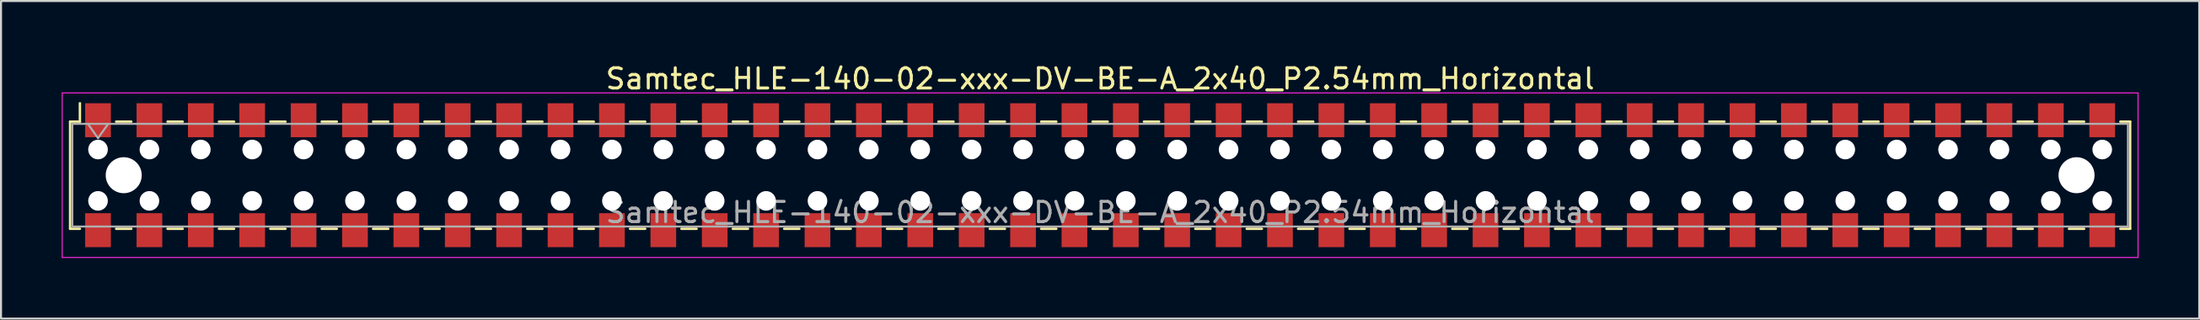
<source format=kicad_pcb>
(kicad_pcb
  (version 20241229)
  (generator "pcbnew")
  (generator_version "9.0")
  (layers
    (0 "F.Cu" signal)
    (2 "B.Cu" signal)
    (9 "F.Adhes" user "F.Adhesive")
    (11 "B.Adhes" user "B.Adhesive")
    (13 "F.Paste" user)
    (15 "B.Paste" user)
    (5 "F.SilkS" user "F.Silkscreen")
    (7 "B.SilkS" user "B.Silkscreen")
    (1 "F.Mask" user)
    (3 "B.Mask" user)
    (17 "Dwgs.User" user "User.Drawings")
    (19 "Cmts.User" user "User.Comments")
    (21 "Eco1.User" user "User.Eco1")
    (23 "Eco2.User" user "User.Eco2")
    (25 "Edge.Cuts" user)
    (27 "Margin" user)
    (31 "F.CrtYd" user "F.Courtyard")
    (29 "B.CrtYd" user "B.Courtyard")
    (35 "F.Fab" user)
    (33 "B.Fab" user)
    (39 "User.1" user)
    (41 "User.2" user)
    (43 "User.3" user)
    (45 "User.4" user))
  (footprint "Samtec_HLE-140-02-xxx-DV-BE-A_2x40_P2.54mm_Horizontal"
    (layer "F.Cu")
    (at 51.325 5.618)
    (property "Reference" "Samtec_HLE-140-02-xxx-DV-BE-A_2x40_P2.54mm_Horizontal" (at 0 -4.77 0) (layer "F.SilkS") (effects (font (size 1 1) (thickness 0.15))))
    (attr smd)
    (fp_line (start -50.91 -2.65) (end -50.91 2.65) (stroke (width 0.12) (type solid)) (layer "F.SilkS"))
    (fp_line (start -50.91 2.65) (end -50.425 2.65) (stroke (width 0.12) (type solid)) (layer "F.SilkS"))
    (fp_line (start -50.425 -3.56) (end -50.425 -2.65) (stroke (width 0.12) (type solid)) (layer "F.SilkS"))
    (fp_line (start -50.425 -2.65) (end -50.91 -2.65) (stroke (width 0.12) (type solid)) (layer "F.SilkS"))
    (fp_line (start -48.635 -2.65) (end -47.885 -2.65) (stroke (width 0.12) (type solid)) (layer "F.SilkS"))
    (fp_line (start -48.635 2.65) (end -47.885 2.65) (stroke (width 0.12) (type solid)) (layer "F.SilkS"))
    (fp_line (start -46.095 -2.65) (end -45.345 -2.65) (stroke (width 0.12) (type solid)) (layer "F.SilkS"))
    (fp_line (start -46.095 2.65) (end -45.345 2.65) (stroke (width 0.12) (type solid)) (layer "F.SilkS"))
    (fp_line (start -43.555 -2.65) (end -42.805 -2.65) (stroke (width 0.12) (type solid)) (layer "F.SilkS"))
    (fp_line (start -43.555 2.65) (end -42.805 2.65) (stroke (width 0.12) (type solid)) (layer "F.SilkS"))
    (fp_line (start -41.015 -2.65) (end -40.265 -2.65) (stroke (width 0.12) (type solid)) (layer "F.SilkS"))
    (fp_line (start -41.015 2.65) (end -40.265 2.65) (stroke (width 0.12) (type solid)) (layer "F.SilkS"))
    (fp_line (start -38.475 -2.65) (end -37.725 -2.65) (stroke (width 0.12) (type solid)) (layer "F.SilkS"))
    (fp_line (start -38.475 2.65) (end -37.725 2.65) (stroke (width 0.12) (type solid)) (layer "F.SilkS"))
    (fp_line (start -35.935 -2.65) (end -35.185 -2.65) (stroke (width 0.12) (type solid)) (layer "F.SilkS"))
    (fp_line (start -35.935 2.65) (end -35.185 2.65) (stroke (width 0.12) (type solid)) (layer "F.SilkS"))
    (fp_line (start -33.395 -2.65) (end -32.645 -2.65) (stroke (width 0.12) (type solid)) (layer "F.SilkS"))
    (fp_line (start -33.395 2.65) (end -32.645 2.65) (stroke (width 0.12) (type solid)) (layer "F.SilkS"))
    (fp_line (start -30.855 -2.65) (end -30.105 -2.65) (stroke (width 0.12) (type solid)) (layer "F.SilkS"))
    (fp_line (start -30.855 2.65) (end -30.105 2.65) (stroke (width 0.12) (type solid)) (layer "F.SilkS"))
    (fp_line (start -28.315 -2.65) (end -27.565 -2.65) (stroke (width 0.12) (type solid)) (layer "F.SilkS"))
    (fp_line (start -28.315 2.65) (end -27.565 2.65) (stroke (width 0.12) (type solid)) (layer "F.SilkS"))
    (fp_line (start -25.775 -2.65) (end -25.025 -2.65) (stroke (width 0.12) (type solid)) (layer "F.SilkS"))
    (fp_line (start -25.775 2.65) (end -25.025 2.65) (stroke (width 0.12) (type solid)) (layer "F.SilkS"))
    (fp_line (start -23.235 -2.65) (end -22.485 -2.65) (stroke (width 0.12) (type solid)) (layer "F.SilkS"))
    (fp_line (start -23.235 2.65) (end -22.485 2.65) (stroke (width 0.12) (type solid)) (layer "F.SilkS"))
    (fp_line (start -20.695 -2.65) (end -19.945 -2.65) (stroke (width 0.12) (type solid)) (layer "F.SilkS"))
    (fp_line (start -20.695 2.65) (end -19.945 2.65) (stroke (width 0.12) (type solid)) (layer "F.SilkS"))
    (fp_line (start -18.155 -2.65) (end -17.405 -2.65) (stroke (width 0.12) (type solid)) (layer "F.SilkS"))
    (fp_line (start -18.155 2.65) (end -17.405 2.65) (stroke (width 0.12) (type solid)) (layer "F.SilkS"))
    (fp_line (start -15.615 -2.65) (end -14.865 -2.65) (stroke (width 0.12) (type solid)) (layer "F.SilkS"))
    (fp_line (start -15.615 2.65) (end -14.865 2.65) (stroke (width 0.12) (type solid)) (layer "F.SilkS"))
    (fp_line (start -13.075 -2.65) (end -12.325 -2.65) (stroke (width 0.12) (type solid)) (layer "F.SilkS"))
    (fp_line (start -13.075 2.65) (end -12.325 2.65) (stroke (width 0.12) (type solid)) (layer "F.SilkS"))
    (fp_line (start -10.535 -2.65) (end -9.785 -2.65) (stroke (width 0.12) (type solid)) (layer "F.SilkS"))
    (fp_line (start -10.535 2.65) (end -9.785 2.65) (stroke (width 0.12) (type solid)) (layer "F.SilkS"))
    (fp_line (start -7.995 -2.65) (end -7.245 -2.65) (stroke (width 0.12) (type solid)) (layer "F.SilkS"))
    (fp_line (start -7.995 2.65) (end -7.245 2.65) (stroke (width 0.12) (type solid)) (layer "F.SilkS"))
    (fp_line (start -5.455 -2.65) (end -4.705 -2.65) (stroke (width 0.12) (type solid)) (layer "F.SilkS"))
    (fp_line (start -5.455 2.65) (end -4.705 2.65) (stroke (width 0.12) (type solid)) (layer "F.SilkS"))
    (fp_line (start -2.915 -2.65) (end -2.165 -2.65) (stroke (width 0.12) (type solid)) (layer "F.SilkS"))
    (fp_line (start -2.915 2.65) (end -2.165 2.65) (stroke (width 0.12) (type solid)) (layer "F.SilkS"))
    (fp_line (start -0.375 -2.65) (end 0.375 -2.65) (stroke (width 0.12) (type solid)) (layer "F.SilkS"))
    (fp_line (start -0.375 2.65) (end 0.375 2.65) (stroke (width 0.12) (type solid)) (layer "F.SilkS"))
    (fp_line (start 2.165 -2.65) (end 2.915 -2.65) (stroke (width 0.12) (type solid)) (layer "F.SilkS"))
    (fp_line (start 2.165 2.65) (end 2.915 2.65) (stroke (width 0.12) (type solid)) (layer "F.SilkS"))
    (fp_line (start 4.705 -2.65) (end 5.455 -2.65) (stroke (width 0.12) (type solid)) (layer "F.SilkS"))
    (fp_line (start 4.705 2.65) (end 5.455 2.65) (stroke (width 0.12) (type solid)) (layer "F.SilkS"))
    (fp_line (start 7.245 -2.65) (end 7.995 -2.65) (stroke (width 0.12) (type solid)) (layer "F.SilkS"))
    (fp_line (start 7.245 2.65) (end 7.995 2.65) (stroke (width 0.12) (type solid)) (layer "F.SilkS"))
    (fp_line (start 9.785 -2.65) (end 10.535 -2.65) (stroke (width 0.12) (type solid)) (layer "F.SilkS"))
    (fp_line (start 9.785 2.65) (end 10.535 2.65) (stroke (width 0.12) (type solid)) (layer "F.SilkS"))
    (fp_line (start 12.325 -2.65) (end 13.075 -2.65) (stroke (width 0.12) (type solid)) (layer "F.SilkS"))
    (fp_line (start 12.325 2.65) (end 13.075 2.65) (stroke (width 0.12) (type solid)) (layer "F.SilkS"))
    (fp_line (start 14.865 -2.65) (end 15.615 -2.65) (stroke (width 0.12) (type solid)) (layer "F.SilkS"))
    (fp_line (start 14.865 2.65) (end 15.615 2.65) (stroke (width 0.12) (type solid)) (layer "F.SilkS"))
    (fp_line (start 17.405 -2.65) (end 18.155 -2.65) (stroke (width 0.12) (type solid)) (layer "F.SilkS"))
    (fp_line (start 17.405 2.65) (end 18.155 2.65) (stroke (width 0.12) (type solid)) (layer "F.SilkS"))
    (fp_line (start 19.945 -2.65) (end 20.695 -2.65) (stroke (width 0.12) (type solid)) (layer "F.SilkS"))
    (fp_line (start 19.945 2.65) (end 20.695 2.65) (stroke (width 0.12) (type solid)) (layer "F.SilkS"))
    (fp_line (start 22.485 -2.65) (end 23.235 -2.65) (stroke (width 0.12) (type solid)) (layer "F.SilkS"))
    (fp_line (start 22.485 2.65) (end 23.235 2.65) (stroke (width 0.12) (type solid)) (layer "F.SilkS"))
    (fp_line (start 25.025 -2.65) (end 25.775 -2.65) (stroke (width 0.12) (type solid)) (layer "F.SilkS"))
    (fp_line (start 25.025 2.65) (end 25.775 2.65) (stroke (width 0.12) (type solid)) (layer "F.SilkS"))
    (fp_line (start 27.565 -2.65) (end 28.315 -2.65) (stroke (width 0.12) (type solid)) (layer "F.SilkS"))
    (fp_line (start 27.565 2.65) (end 28.315 2.65) (stroke (width 0.12) (type solid)) (layer "F.SilkS"))
    (fp_line (start 30.105 -2.65) (end 30.855 -2.65) (stroke (width 0.12) (type solid)) (layer "F.SilkS"))
    (fp_line (start 30.105 2.65) (end 30.855 2.65) (stroke (width 0.12) (type solid)) (layer "F.SilkS"))
    (fp_line (start 32.645 -2.65) (end 33.395 -2.65) (stroke (width 0.12) (type solid)) (layer "F.SilkS"))
    (fp_line (start 32.645 2.65) (end 33.395 2.65) (stroke (width 0.12) (type solid)) (layer "F.SilkS"))
    (fp_line (start 35.185 -2.65) (end 35.935 -2.65) (stroke (width 0.12) (type solid)) (layer "F.SilkS"))
    (fp_line (start 35.185 2.65) (end 35.935 2.65) (stroke (width 0.12) (type solid)) (layer "F.SilkS"))
    (fp_line (start 37.725 -2.65) (end 38.475 -2.65) (stroke (width 0.12) (type solid)) (layer "F.SilkS"))
    (fp_line (start 37.725 2.65) (end 38.475 2.65) (stroke (width 0.12) (type solid)) (layer "F.SilkS"))
    (fp_line (start 40.265 -2.65) (end 41.015 -2.65) (stroke (width 0.12) (type solid)) (layer "F.SilkS"))
    (fp_line (start 40.265 2.65) (end 41.015 2.65) (stroke (width 0.12) (type solid)) (layer "F.SilkS"))
    (fp_line (start 42.805 -2.65) (end 43.555 -2.65) (stroke (width 0.12) (type solid)) (layer "F.SilkS"))
    (fp_line (start 42.805 2.65) (end 43.555 2.65) (stroke (width 0.12) (type solid)) (layer "F.SilkS"))
    (fp_line (start 45.345 -2.65) (end 46.095 -2.65) (stroke (width 0.12) (type solid)) (layer "F.SilkS"))
    (fp_line (start 45.345 2.65) (end 46.095 2.65) (stroke (width 0.12) (type solid)) (layer "F.SilkS"))
    (fp_line (start 47.885 -2.65) (end 48.635 -2.65) (stroke (width 0.12) (type solid)) (layer "F.SilkS"))
    (fp_line (start 47.885 2.65) (end 48.635 2.65) (stroke (width 0.12) (type solid)) (layer "F.SilkS"))
    (fp_line (start 50.425 -2.65) (end 50.91 -2.65) (stroke (width 0.12) (type solid)) (layer "F.SilkS"))
    (fp_line (start 50.91 -2.65) (end 50.91 2.65) (stroke (width 0.12) (type solid)) (layer "F.SilkS"))
    (fp_line (start 50.91 2.65) (end 50.425 2.65) (stroke (width 0.12) (type solid)) (layer "F.SilkS"))
    (fp_line (start -51.3 -4.07) (end 51.3 -4.07) (stroke (width 0.05) (type solid)) (layer "F.CrtYd"))
    (fp_line (start -51.3 4.07) (end -51.3 -4.07) (stroke (width 0.05) (type solid)) (layer "F.CrtYd"))
    (fp_line (start 51.3 -4.07) (end 51.3 4.07) (stroke (width 0.05) (type solid)) (layer "F.CrtYd"))
    (fp_line (start 51.3 4.07) (end -51.3 4.07) (stroke (width 0.05) (type solid)) (layer "F.CrtYd"))
    (fp_line (start -50.8 -2.54) (end 50.8 -2.54) (stroke (width 0.1) (type solid)) (layer "F.Fab"))
    (fp_line (start -50.8 2.54) (end -50.8 -2.54) (stroke (width 0.1) (type solid)) (layer "F.Fab"))
    (fp_line (start -50.03 -2.54) (end -49.53 -1.833) (stroke (width 0.1) (type solid)) (layer "F.Fab"))
    (fp_line (start -49.53 -1.833) (end -49.03 -2.54) (stroke (width 0.1) (type solid)) (layer "F.Fab"))
    (fp_line (start 50.8 -2.54) (end 50.8 2.54) (stroke (width 0.1) (type solid)) (layer "F.Fab"))
    (fp_line (start 50.8 2.54) (end -50.8 2.54) (stroke (width 0.1) (type solid)) (layer "F.Fab"))
    (fp_text user "${REFERENCE}" (at 0 1.84 0) (layer "F.Fab") (effects (font (size 1 1) (thickness 0.15))))
    (pad "" np_thru_hole circle (at -49.53 -1.27) (size 0.97 0.97) (drill 0.97) (layers "*.Cu" "*.Mask"))
    (pad "" np_thru_hole circle (at -49.53 1.27) (size 0.97 0.97) (drill 0.97) (layers "*.Cu" "*.Mask"))
    (pad "" np_thru_hole circle (at -48.26 0) (size 1.78 1.78) (drill 1.78) (layers "*.Cu" "*.Mask"))
    (pad "" np_thru_hole circle (at -46.99 -1.27) (size 0.97 0.97) (drill 0.97) (layers "*.Cu" "*.Mask"))
    (pad "" np_thru_hole circle (at -46.99 1.27) (size 0.97 0.97) (drill 0.97) (layers "*.Cu" "*.Mask"))
    (pad "" np_thru_hole circle (at -44.45 -1.27) (size 0.97 0.97) (drill 0.97) (layers "*.Cu" "*.Mask"))
    (pad "" np_thru_hole circle (at -44.45 1.27) (size 0.97 0.97) (drill 0.97) (layers "*.Cu" "*.Mask"))
    (pad "" np_thru_hole circle (at -41.91 -1.27) (size 0.97 0.97) (drill 0.97) (layers "*.Cu" "*.Mask"))
    (pad "" np_thru_hole circle (at -41.91 1.27) (size 0.97 0.97) (drill 0.97) (layers "*.Cu" "*.Mask"))
    (pad "" np_thru_hole circle (at -39.37 -1.27) (size 0.97 0.97) (drill 0.97) (layers "*.Cu" "*.Mask"))
    (pad "" np_thru_hole circle (at -39.37 1.27) (size 0.97 0.97) (drill 0.97) (layers "*.Cu" "*.Mask"))
    (pad "" np_thru_hole circle (at -36.83 -1.27) (size 0.97 0.97) (drill 0.97) (layers "*.Cu" "*.Mask"))
    (pad "" np_thru_hole circle (at -36.83 1.27) (size 0.97 0.97) (drill 0.97) (layers "*.Cu" "*.Mask"))
    (pad "" np_thru_hole circle (at -34.29 -1.27) (size 0.97 0.97) (drill 0.97) (layers "*.Cu" "*.Mask"))
    (pad "" np_thru_hole circle (at -34.29 1.27) (size 0.97 0.97) (drill 0.97) (layers "*.Cu" "*.Mask"))
    (pad "" np_thru_hole circle (at -31.75 -1.27) (size 0.97 0.97) (drill 0.97) (layers "*.Cu" "*.Mask"))
    (pad "" np_thru_hole circle (at -31.75 1.27) (size 0.97 0.97) (drill 0.97) (layers "*.Cu" "*.Mask"))
    (pad "" np_thru_hole circle (at -29.21 -1.27) (size 0.97 0.97) (drill 0.97) (layers "*.Cu" "*.Mask"))
    (pad "" np_thru_hole circle (at -29.21 1.27) (size 0.97 0.97) (drill 0.97) (layers "*.Cu" "*.Mask"))
    (pad "" np_thru_hole circle (at -26.67 -1.27) (size 0.97 0.97) (drill 0.97) (layers "*.Cu" "*.Mask"))
    (pad "" np_thru_hole circle (at -26.67 1.27) (size 0.97 0.97) (drill 0.97) (layers "*.Cu" "*.Mask"))
    (pad "" np_thru_hole circle (at -24.13 -1.27) (size 0.97 0.97) (drill 0.97) (layers "*.Cu" "*.Mask"))
    (pad "" np_thru_hole circle (at -24.13 1.27) (size 0.97 0.97) (drill 0.97) (layers "*.Cu" "*.Mask"))
    (pad "" np_thru_hole circle (at -21.59 -1.27) (size 0.97 0.97) (drill 0.97) (layers "*.Cu" "*.Mask"))
    (pad "" np_thru_hole circle (at -21.59 1.27) (size 0.97 0.97) (drill 0.97) (layers "*.Cu" "*.Mask"))
    (pad "" np_thru_hole circle (at -19.05 -1.27) (size 0.97 0.97) (drill 0.97) (layers "*.Cu" "*.Mask"))
    (pad "" np_thru_hole circle (at -19.05 1.27) (size 0.97 0.97) (drill 0.97) (layers "*.Cu" "*.Mask"))
    (pad "" np_thru_hole circle (at -16.51 -1.27) (size 0.97 0.97) (drill 0.97) (layers "*.Cu" "*.Mask"))
    (pad "" np_thru_hole circle (at -16.51 1.27) (size 0.97 0.97) (drill 0.97) (layers "*.Cu" "*.Mask"))
    (pad "" np_thru_hole circle (at -13.97 -1.27) (size 0.97 0.97) (drill 0.97) (layers "*.Cu" "*.Mask"))
    (pad "" np_thru_hole circle (at -13.97 1.27) (size 0.97 0.97) (drill 0.97) (layers "*.Cu" "*.Mask"))
    (pad "" np_thru_hole circle (at -11.43 -1.27) (size 0.97 0.97) (drill 0.97) (layers "*.Cu" "*.Mask"))
    (pad "" np_thru_hole circle (at -11.43 1.27) (size 0.97 0.97) (drill 0.97) (layers "*.Cu" "*.Mask"))
    (pad "" np_thru_hole circle (at -8.89 -1.27) (size 0.97 0.97) (drill 0.97) (layers "*.Cu" "*.Mask"))
    (pad "" np_thru_hole circle (at -8.89 1.27) (size 0.97 0.97) (drill 0.97) (layers "*.Cu" "*.Mask"))
    (pad "" np_thru_hole circle (at -6.35 -1.27) (size 0.97 0.97) (drill 0.97) (layers "*.Cu" "*.Mask"))
    (pad "" np_thru_hole circle (at -6.35 1.27) (size 0.97 0.97) (drill 0.97) (layers "*.Cu" "*.Mask"))
    (pad "" np_thru_hole circle (at -3.81 -1.27) (size 0.97 0.97) (drill 0.97) (layers "*.Cu" "*.Mask"))
    (pad "" np_thru_hole circle (at -3.81 1.27) (size 0.97 0.97) (drill 0.97) (layers "*.Cu" "*.Mask"))
    (pad "" np_thru_hole circle (at -1.27 -1.27) (size 0.97 0.97) (drill 0.97) (layers "*.Cu" "*.Mask"))
    (pad "" np_thru_hole circle (at -1.27 1.27) (size 0.97 0.97) (drill 0.97) (layers "*.Cu" "*.Mask"))
    (pad "" np_thru_hole circle (at 1.27 -1.27) (size 0.97 0.97) (drill 0.97) (layers "*.Cu" "*.Mask"))
    (pad "" np_thru_hole circle (at 1.27 1.27) (size 0.97 0.97) (drill 0.97) (layers "*.Cu" "*.Mask"))
    (pad "" np_thru_hole circle (at 3.81 -1.27) (size 0.97 0.97) (drill 0.97) (layers "*.Cu" "*.Mask"))
    (pad "" np_thru_hole circle (at 3.81 1.27) (size 0.97 0.97) (drill 0.97) (layers "*.Cu" "*.Mask"))
    (pad "" np_thru_hole circle (at 6.35 -1.27) (size 0.97 0.97) (drill 0.97) (layers "*.Cu" "*.Mask"))
    (pad "" np_thru_hole circle (at 6.35 1.27) (size 0.97 0.97) (drill 0.97) (layers "*.Cu" "*.Mask"))
    (pad "" np_thru_hole circle (at 8.89 -1.27) (size 0.97 0.97) (drill 0.97) (layers "*.Cu" "*.Mask"))
    (pad "" np_thru_hole circle (at 8.89 1.27) (size 0.97 0.97) (drill 0.97) (layers "*.Cu" "*.Mask"))
    (pad "" np_thru_hole circle (at 11.43 -1.27) (size 0.97 0.97) (drill 0.97) (layers "*.Cu" "*.Mask"))
    (pad "" np_thru_hole circle (at 11.43 1.27) (size 0.97 0.97) (drill 0.97) (layers "*.Cu" "*.Mask"))
    (pad "" np_thru_hole circle (at 13.97 -1.27) (size 0.97 0.97) (drill 0.97) (layers "*.Cu" "*.Mask"))
    (pad "" np_thru_hole circle (at 13.97 1.27) (size 0.97 0.97) (drill 0.97) (layers "*.Cu" "*.Mask"))
    (pad "" np_thru_hole circle (at 16.51 -1.27) (size 0.97 0.97) (drill 0.97) (layers "*.Cu" "*.Mask"))
    (pad "" np_thru_hole circle (at 16.51 1.27) (size 0.97 0.97) (drill 0.97) (layers "*.Cu" "*.Mask"))
    (pad "" np_thru_hole circle (at 19.05 -1.27) (size 0.97 0.97) (drill 0.97) (layers "*.Cu" "*.Mask"))
    (pad "" np_thru_hole circle (at 19.05 1.27) (size 0.97 0.97) (drill 0.97) (layers "*.Cu" "*.Mask"))
    (pad "" np_thru_hole circle (at 21.59 -1.27) (size 0.97 0.97) (drill 0.97) (layers "*.Cu" "*.Mask"))
    (pad "" np_thru_hole circle (at 21.59 1.27) (size 0.97 0.97) (drill 0.97) (layers "*.Cu" "*.Mask"))
    (pad "" np_thru_hole circle (at 24.13 -1.27) (size 0.97 0.97) (drill 0.97) (layers "*.Cu" "*.Mask"))
    (pad "" np_thru_hole circle (at 24.13 1.27) (size 0.97 0.97) (drill 0.97) (layers "*.Cu" "*.Mask"))
    (pad "" np_thru_hole circle (at 26.67 -1.27) (size 0.97 0.97) (drill 0.97) (layers "*.Cu" "*.Mask"))
    (pad "" np_thru_hole circle (at 26.67 1.27) (size 0.97 0.97) (drill 0.97) (layers "*.Cu" "*.Mask"))
    (pad "" np_thru_hole circle (at 29.21 -1.27) (size 0.97 0.97) (drill 0.97) (layers "*.Cu" "*.Mask"))
    (pad "" np_thru_hole circle (at 29.21 1.27) (size 0.97 0.97) (drill 0.97) (layers "*.Cu" "*.Mask"))
    (pad "" np_thru_hole circle (at 31.75 -1.27) (size 0.97 0.97) (drill 0.97) (layers "*.Cu" "*.Mask"))
    (pad "" np_thru_hole circle (at 31.75 1.27) (size 0.97 0.97) (drill 0.97) (layers "*.Cu" "*.Mask"))
    (pad "" np_thru_hole circle (at 34.29 -1.27) (size 0.97 0.97) (drill 0.97) (layers "*.Cu" "*.Mask"))
    (pad "" np_thru_hole circle (at 34.29 1.27) (size 0.97 0.97) (drill 0.97) (layers "*.Cu" "*.Mask"))
    (pad "" np_thru_hole circle (at 36.83 -1.27) (size 0.97 0.97) (drill 0.97) (layers "*.Cu" "*.Mask"))
    (pad "" np_thru_hole circle (at 36.83 1.27) (size 0.97 0.97) (drill 0.97) (layers "*.Cu" "*.Mask"))
    (pad "" np_thru_hole circle (at 39.37 -1.27) (size 0.97 0.97) (drill 0.97) (layers "*.Cu" "*.Mask"))
    (pad "" np_thru_hole circle (at 39.37 1.27) (size 0.97 0.97) (drill 0.97) (layers "*.Cu" "*.Mask"))
    (pad "" np_thru_hole circle (at 41.91 -1.27) (size 0.97 0.97) (drill 0.97) (layers "*.Cu" "*.Mask"))
    (pad "" np_thru_hole circle (at 41.91 1.27) (size 0.97 0.97) (drill 0.97) (layers "*.Cu" "*.Mask"))
    (pad "" np_thru_hole circle (at 44.45 -1.27) (size 0.97 0.97) (drill 0.97) (layers "*.Cu" "*.Mask"))
    (pad "" np_thru_hole circle (at 44.45 1.27) (size 0.97 0.97) (drill 0.97) (layers "*.Cu" "*.Mask"))
    (pad "" np_thru_hole circle (at 46.99 -1.27) (size 0.97 0.97) (drill 0.97) (layers "*.Cu" "*.Mask"))
    (pad "" np_thru_hole circle (at 46.99 1.27) (size 0.97 0.97) (drill 0.97) (layers "*.Cu" "*.Mask"))
    (pad "" np_thru_hole circle (at 48.26 0) (size 1.78 1.78) (drill 1.78) (layers "*.Cu" "*.Mask"))
    (pad "" np_thru_hole circle (at 49.53 -1.27) (size 0.97 0.97) (drill 0.97) (layers "*.Cu" "*.Mask"))
    (pad "" np_thru_hole circle (at 49.53 1.27) (size 0.97 0.97) (drill 0.97) (layers "*.Cu" "*.Mask"))
    (pad "1" smd rect (at -49.53 -2.72) (size 1.27 1.68) (layers "F.Cu" "F.Mask" "F.Paste"))
    (pad "2" smd rect (at -49.53 2.72) (size 1.27 1.68) (layers "F.Cu" "F.Mask" "F.Paste"))
    (pad "3" smd rect (at -46.99 -2.72) (size 1.27 1.68) (layers "F.Cu" "F.Mask" "F.Paste"))
    (pad "4" smd rect (at -46.99 2.72) (size 1.27 1.68) (layers "F.Cu" "F.Mask" "F.Paste"))
    (pad "5" smd rect (at -44.45 -2.72) (size 1.27 1.68) (layers "F.Cu" "F.Mask" "F.Paste"))
    (pad "6" smd rect (at -44.45 2.72) (size 1.27 1.68) (layers "F.Cu" "F.Mask" "F.Paste"))
    (pad "7" smd rect (at -41.91 -2.72) (size 1.27 1.68) (layers "F.Cu" "F.Mask" "F.Paste"))
    (pad "8" smd rect (at -41.91 2.72) (size 1.27 1.68) (layers "F.Cu" "F.Mask" "F.Paste"))
    (pad "9" smd rect (at -39.37 -2.72) (size 1.27 1.68) (layers "F.Cu" "F.Mask" "F.Paste"))
    (pad "10" smd rect (at -39.37 2.72) (size 1.27 1.68) (layers "F.Cu" "F.Mask" "F.Paste"))
    (pad "11" smd rect (at -36.83 -2.72) (size 1.27 1.68) (layers "F.Cu" "F.Mask" "F.Paste"))
    (pad "12" smd rect (at -36.83 2.72) (size 1.27 1.68) (layers "F.Cu" "F.Mask" "F.Paste"))
    (pad "13" smd rect (at -34.29 -2.72) (size 1.27 1.68) (layers "F.Cu" "F.Mask" "F.Paste"))
    (pad "14" smd rect (at -34.29 2.72) (size 1.27 1.68) (layers "F.Cu" "F.Mask" "F.Paste"))
    (pad "15" smd rect (at -31.75 -2.72) (size 1.27 1.68) (layers "F.Cu" "F.Mask" "F.Paste"))
    (pad "16" smd rect (at -31.75 2.72) (size 1.27 1.68) (layers "F.Cu" "F.Mask" "F.Paste"))
    (pad "17" smd rect (at -29.21 -2.72) (size 1.27 1.68) (layers "F.Cu" "F.Mask" "F.Paste"))
    (pad "18" smd rect (at -29.21 2.72) (size 1.27 1.68) (layers "F.Cu" "F.Mask" "F.Paste"))
    (pad "19" smd rect (at -26.67 -2.72) (size 1.27 1.68) (layers "F.Cu" "F.Mask" "F.Paste"))
    (pad "20" smd rect (at -26.67 2.72) (size 1.27 1.68) (layers "F.Cu" "F.Mask" "F.Paste"))
    (pad "21" smd rect (at -24.13 -2.72) (size 1.27 1.68) (layers "F.Cu" "F.Mask" "F.Paste"))
    (pad "22" smd rect (at -24.13 2.72) (size 1.27 1.68) (layers "F.Cu" "F.Mask" "F.Paste"))
    (pad "23" smd rect (at -21.59 -2.72) (size 1.27 1.68) (layers "F.Cu" "F.Mask" "F.Paste"))
    (pad "24" smd rect (at -21.59 2.72) (size 1.27 1.68) (layers "F.Cu" "F.Mask" "F.Paste"))
    (pad "25" smd rect (at -19.05 -2.72) (size 1.27 1.68) (layers "F.Cu" "F.Mask" "F.Paste"))
    (pad "26" smd rect (at -19.05 2.72) (size 1.27 1.68) (layers "F.Cu" "F.Mask" "F.Paste"))
    (pad "27" smd rect (at -16.51 -2.72) (size 1.27 1.68) (layers "F.Cu" "F.Mask" "F.Paste"))
    (pad "28" smd rect (at -16.51 2.72) (size 1.27 1.68) (layers "F.Cu" "F.Mask" "F.Paste"))
    (pad "29" smd rect (at -13.97 -2.72) (size 1.27 1.68) (layers "F.Cu" "F.Mask" "F.Paste"))
    (pad "30" smd rect (at -13.97 2.72) (size 1.27 1.68) (layers "F.Cu" "F.Mask" "F.Paste"))
    (pad "31" smd rect (at -11.43 -2.72) (size 1.27 1.68) (layers "F.Cu" "F.Mask" "F.Paste"))
    (pad "32" smd rect (at -11.43 2.72) (size 1.27 1.68) (layers "F.Cu" "F.Mask" "F.Paste"))
    (pad "33" smd rect (at -8.89 -2.72) (size 1.27 1.68) (layers "F.Cu" "F.Mask" "F.Paste"))
    (pad "34" smd rect (at -8.89 2.72) (size 1.27 1.68) (layers "F.Cu" "F.Mask" "F.Paste"))
    (pad "35" smd rect (at -6.35 -2.72) (size 1.27 1.68) (layers "F.Cu" "F.Mask" "F.Paste"))
    (pad "36" smd rect (at -6.35 2.72) (size 1.27 1.68) (layers "F.Cu" "F.Mask" "F.Paste"))
    (pad "37" smd rect (at -3.81 -2.72) (size 1.27 1.68) (layers "F.Cu" "F.Mask" "F.Paste"))
    (pad "38" smd rect (at -3.81 2.72) (size 1.27 1.68) (layers "F.Cu" "F.Mask" "F.Paste"))
    (pad "39" smd rect (at -1.27 -2.72) (size 1.27 1.68) (layers "F.Cu" "F.Mask" "F.Paste"))
    (pad "40" smd rect (at -1.27 2.72) (size 1.27 1.68) (layers "F.Cu" "F.Mask" "F.Paste"))
    (pad "41" smd rect (at 1.27 -2.72) (size 1.27 1.68) (layers "F.Cu" "F.Mask" "F.Paste"))
    (pad "42" smd rect (at 1.27 2.72) (size 1.27 1.68) (layers "F.Cu" "F.Mask" "F.Paste"))
    (pad "43" smd rect (at 3.81 -2.72) (size 1.27 1.68) (layers "F.Cu" "F.Mask" "F.Paste"))
    (pad "44" smd rect (at 3.81 2.72) (size 1.27 1.68) (layers "F.Cu" "F.Mask" "F.Paste"))
    (pad "45" smd rect (at 6.35 -2.72) (size 1.27 1.68) (layers "F.Cu" "F.Mask" "F.Paste"))
    (pad "46" smd rect (at 6.35 2.72) (size 1.27 1.68) (layers "F.Cu" "F.Mask" "F.Paste"))
    (pad "47" smd rect (at 8.89 -2.72) (size 1.27 1.68) (layers "F.Cu" "F.Mask" "F.Paste"))
    (pad "48" smd rect (at 8.89 2.72) (size 1.27 1.68) (layers "F.Cu" "F.Mask" "F.Paste"))
    (pad "49" smd rect (at 11.43 -2.72) (size 1.27 1.68) (layers "F.Cu" "F.Mask" "F.Paste"))
    (pad "50" smd rect (at 11.43 2.72) (size 1.27 1.68) (layers "F.Cu" "F.Mask" "F.Paste"))
    (pad "51" smd rect (at 13.97 -2.72) (size 1.27 1.68) (layers "F.Cu" "F.Mask" "F.Paste"))
    (pad "52" smd rect (at 13.97 2.72) (size 1.27 1.68) (layers "F.Cu" "F.Mask" "F.Paste"))
    (pad "53" smd rect (at 16.51 -2.72) (size 1.27 1.68) (layers "F.Cu" "F.Mask" "F.Paste"))
    (pad "54" smd rect (at 16.51 2.72) (size 1.27 1.68) (layers "F.Cu" "F.Mask" "F.Paste"))
    (pad "55" smd rect (at 19.05 -2.72) (size 1.27 1.68) (layers "F.Cu" "F.Mask" "F.Paste"))
    (pad "56" smd rect (at 19.05 2.72) (size 1.27 1.68) (layers "F.Cu" "F.Mask" "F.Paste"))
    (pad "57" smd rect (at 21.59 -2.72) (size 1.27 1.68) (layers "F.Cu" "F.Mask" "F.Paste"))
    (pad "58" smd rect (at 21.59 2.72) (size 1.27 1.68) (layers "F.Cu" "F.Mask" "F.Paste"))
    (pad "59" smd rect (at 24.13 -2.72) (size 1.27 1.68) (layers "F.Cu" "F.Mask" "F.Paste"))
    (pad "60" smd rect (at 24.13 2.72) (size 1.27 1.68) (layers "F.Cu" "F.Mask" "F.Paste"))
    (pad "61" smd rect (at 26.67 -2.72) (size 1.27 1.68) (layers "F.Cu" "F.Mask" "F.Paste"))
    (pad "62" smd rect (at 26.67 2.72) (size 1.27 1.68) (layers "F.Cu" "F.Mask" "F.Paste"))
    (pad "63" smd rect (at 29.21 -2.72) (size 1.27 1.68) (layers "F.Cu" "F.Mask" "F.Paste"))
    (pad "64" smd rect (at 29.21 2.72) (size 1.27 1.68) (layers "F.Cu" "F.Mask" "F.Paste"))
    (pad "65" smd rect (at 31.75 -2.72) (size 1.27 1.68) (layers "F.Cu" "F.Mask" "F.Paste"))
    (pad "66" smd rect (at 31.75 2.72) (size 1.27 1.68) (layers "F.Cu" "F.Mask" "F.Paste"))
    (pad "67" smd rect (at 34.29 -2.72) (size 1.27 1.68) (layers "F.Cu" "F.Mask" "F.Paste"))
    (pad "68" smd rect (at 34.29 2.72) (size 1.27 1.68) (layers "F.Cu" "F.Mask" "F.Paste"))
    (pad "69" smd rect (at 36.83 -2.72) (size 1.27 1.68) (layers "F.Cu" "F.Mask" "F.Paste"))
    (pad "70" smd rect (at 36.83 2.72) (size 1.27 1.68) (layers "F.Cu" "F.Mask" "F.Paste"))
    (pad "71" smd rect (at 39.37 -2.72) (size 1.27 1.68) (layers "F.Cu" "F.Mask" "F.Paste"))
    (pad "72" smd rect (at 39.37 2.72) (size 1.27 1.68) (layers "F.Cu" "F.Mask" "F.Paste"))
    (pad "73" smd rect (at 41.91 -2.72) (size 1.27 1.68) (layers "F.Cu" "F.Mask" "F.Paste"))
    (pad "74" smd rect (at 41.91 2.72) (size 1.27 1.68) (layers "F.Cu" "F.Mask" "F.Paste"))
    (pad "75" smd rect (at 44.45 -2.72) (size 1.27 1.68) (layers "F.Cu" "F.Mask" "F.Paste"))
    (pad "76" smd rect (at 44.45 2.72) (size 1.27 1.68) (layers "F.Cu" "F.Mask" "F.Paste"))
    (pad "77" smd rect (at 46.99 -2.72) (size 1.27 1.68) (layers "F.Cu" "F.Mask" "F.Paste"))
    (pad "78" smd rect (at 46.99 2.72) (size 1.27 1.68) (layers "F.Cu" "F.Mask" "F.Paste"))
    (pad "79" smd rect (at 49.53 -2.72) (size 1.27 1.68) (layers "F.Cu" "F.Mask" "F.Paste"))
    (pad "80" smd rect (at 49.53 2.72) (size 1.27 1.68) (layers "F.Cu" "F.Mask" "F.Paste")))
  (gr_rect
    (start -3 -3)
    (end 105.65 12.713)
    (stroke (width 0.1) (type default))
    (fill no)
    (layer "Edge.Cuts")))
</source>
